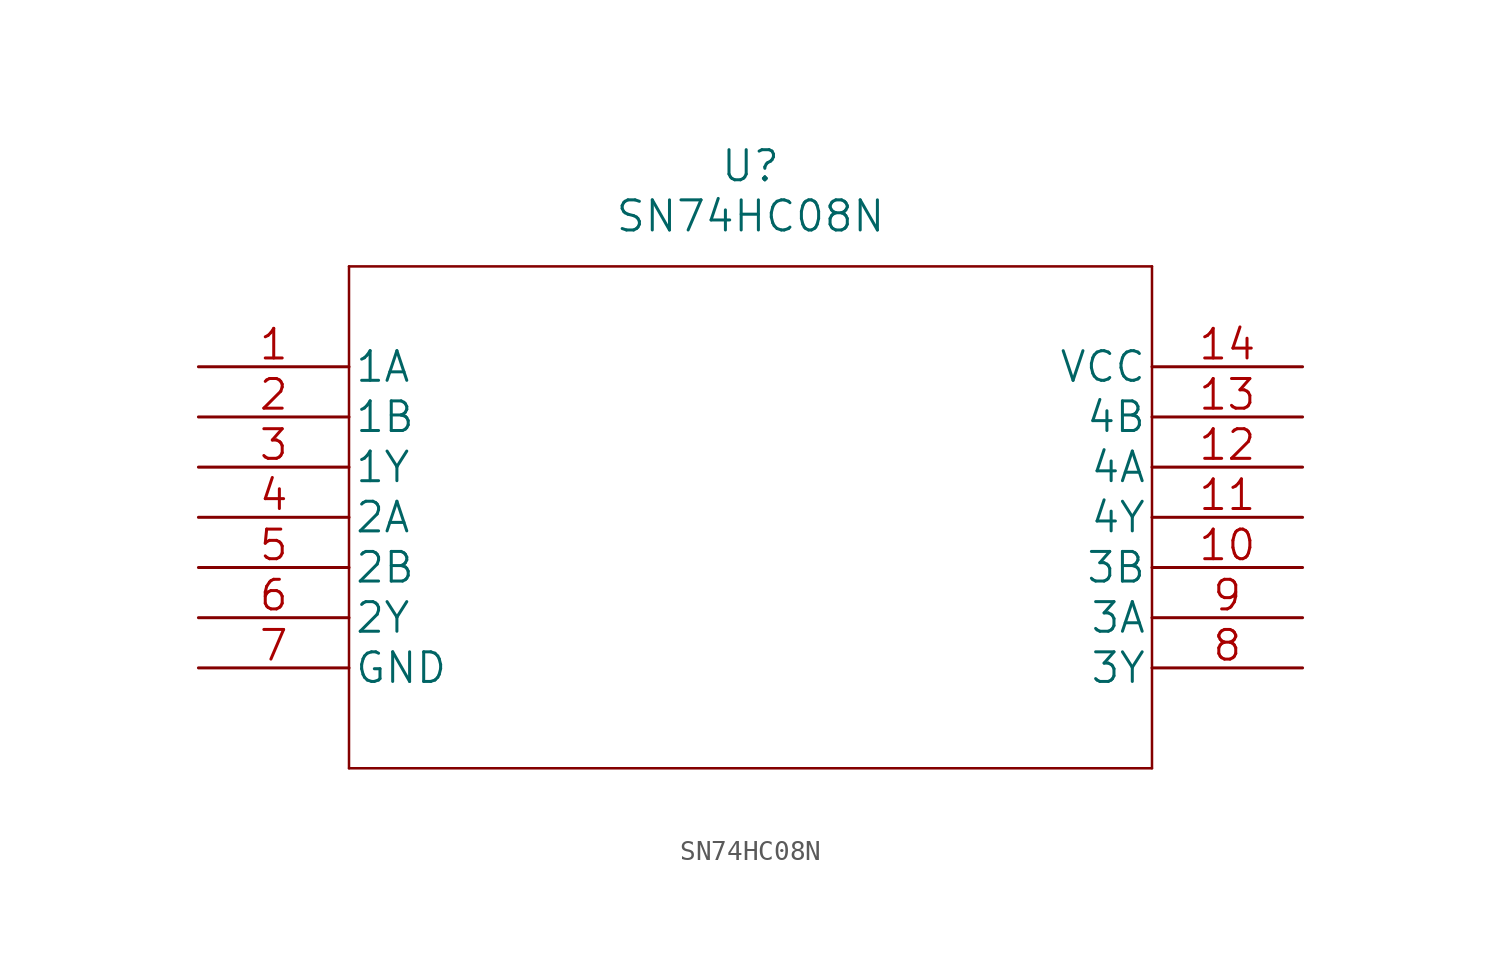
<source format=kicad_sym>
(kicad_symbol_lib
  (version 20211014)
  (generator kicad_symbol_editor)
  (symbol "SN74HC08N"
    (pin_names
      (offset 0.254))
    (property "Reference" "U"
      (at 27.94 10.16 0)
      (effects (font (size 1.524 1.524))))
    (property "Value" "SN74HC08N"
      (at 27.94 7.62 0)
      (effects (font (size 1.524 1.524))))
    (property "Datasheet" ""
      (at 0 0 0)
      (effects (font (size 1.524 1.524))))
    (property "ki_locked" ""
      (at 0 0 0)
      (effects (font (size 1.27 1.27))))
    (symbol "SN74HC08N_1_1"
      (polyline (pts (xy 7.62 -20.32) (xy 48.26 -20.32)) (stroke (width 0.127) (type default) (color 0 0 0 0)) (fill (type none)))
      (polyline (pts (xy 7.62 5.08) (xy 7.62 -20.32)) (stroke (width 0.127) (type default) (color 0 0 0 0)) (fill (type none)))
      (polyline (pts (xy 48.26 -20.32) (xy 48.26 5.08)) (stroke (width 0.127) (type default) (color 0 0 0 0)) (fill (type none)))
      (polyline (pts (xy 48.26 5.08) (xy 7.62 5.08)) (stroke (width 0.127) (type default) (color 0 0 0 0)) (fill (type none)))
      (pin input line (at 0 0 0) (length 7.62) (name "1A" (effects (font (size 1.499 1.499)))) (number "1" (effects (font (size 1.499 1.499)))))
      (pin input line (at 55.88 -10.16 180) (length 7.62) (name "3B" (effects (font (size 1.499 1.499)))) (number "10" (effects (font (size 1.499 1.499)))))
      (pin output line (at 55.88 -7.62 180) (length 7.62) (name "4Y" (effects (font (size 1.499 1.499)))) (number "11" (effects (font (size 1.499 1.499)))))
      (pin input line (at 55.88 -5.08 180) (length 7.62) (name "4A" (effects (font (size 1.499 1.499)))) (number "12" (effects (font (size 1.499 1.499)))))
      (pin input line (at 55.88 -2.54 180) (length 7.62) (name "4B" (effects (font (size 1.499 1.499)))) (number "13" (effects (font (size 1.499 1.499)))))
      (pin power_in line (at 55.88 0 180) (length 7.62) (name "VCC" (effects (font (size 1.499 1.499)))) (number "14" (effects (font (size 1.499 1.499)))))
      (pin input line (at 0 -2.54 0) (length 7.62) (name "1B" (effects (font (size 1.499 1.499)))) (number "2" (effects (font (size 1.499 1.499)))))
      (pin output line (at 0 -5.08 0) (length 7.62) (name "1Y" (effects (font (size 1.499 1.499)))) (number "3" (effects (font (size 1.499 1.499)))))
      (pin input line (at 0 -7.62 0) (length 7.62) (name "2A" (effects (font (size 1.499 1.499)))) (number "4" (effects (font (size 1.499 1.499)))))
      (pin input line (at 0 -10.16 0) (length 7.62) (name "2B" (effects (font (size 1.499 1.499)))) (number "5" (effects (font (size 1.499 1.499)))))
      (pin output line (at 0 -12.7 0) (length 7.62) (name "2Y" (effects (font (size 1.499 1.499)))) (number "6" (effects (font (size 1.499 1.499)))))
      (pin power_in line (at 0 -15.24 0) (length 7.62) (name "GND" (effects (font (size 1.499 1.499)))) (number "7" (effects (font (size 1.499 1.499)))))
      (pin output line (at 55.88 -15.24 180) (length 7.62) (name "3Y" (effects (font (size 1.499 1.499)))) (number "8" (effects (font (size 1.499 1.499)))))
      (pin input line (at 55.88 -12.7 180) (length 7.62) (name "3A" (effects (font (size 1.499 1.499)))) (number "9" (effects (font (size 1.499 1.499))))))))
</source>
